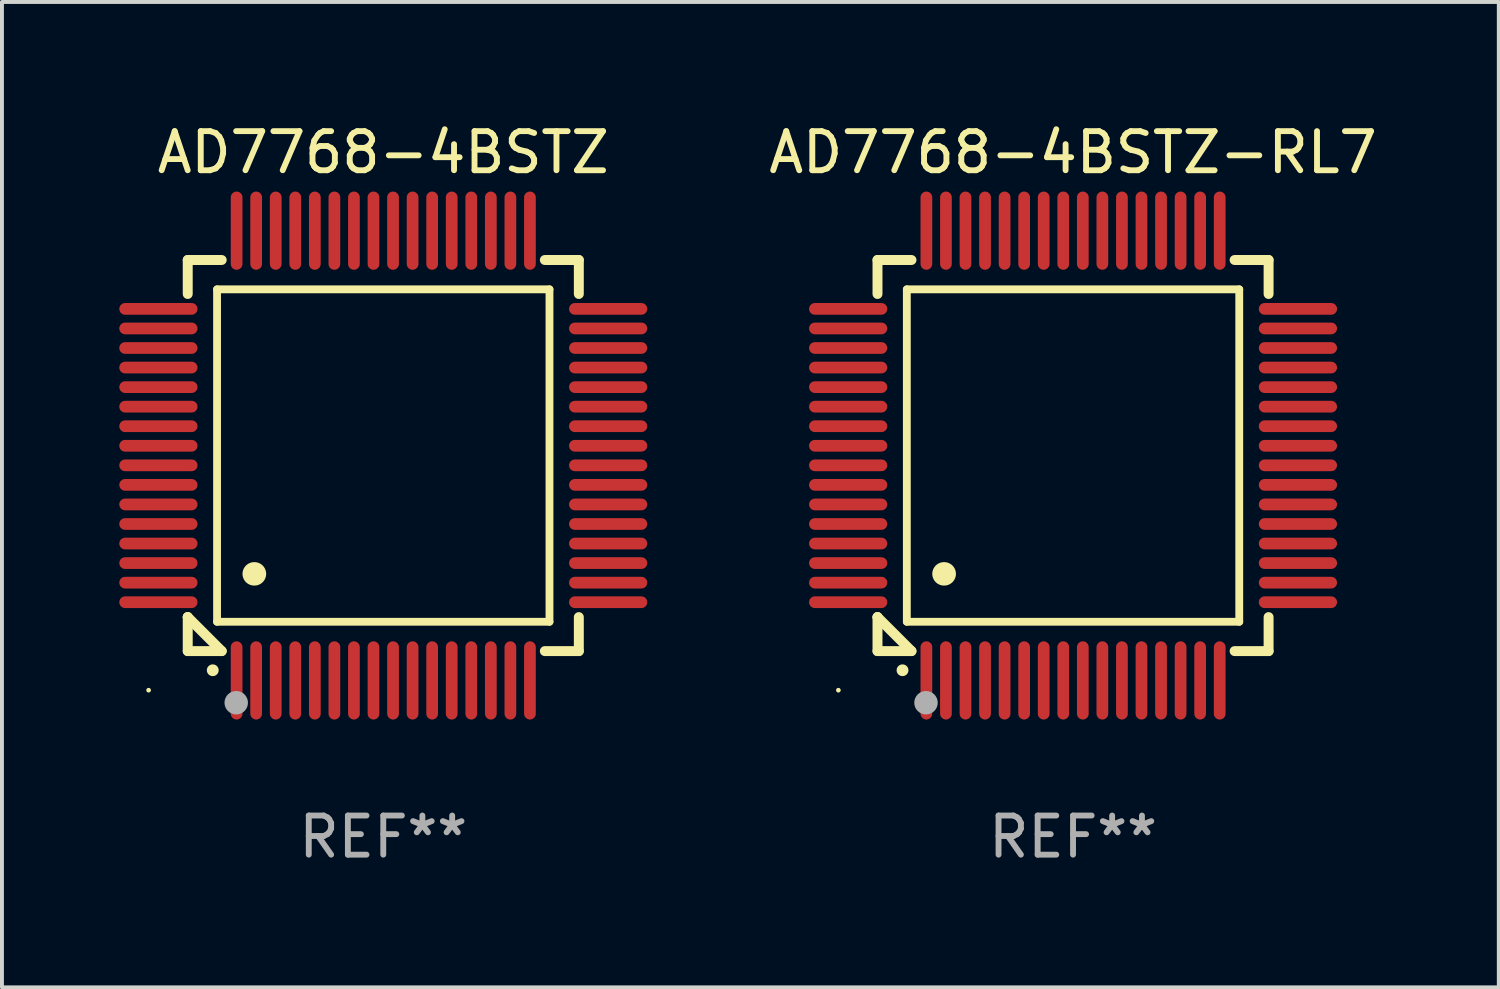
<source format=kicad_pcb>
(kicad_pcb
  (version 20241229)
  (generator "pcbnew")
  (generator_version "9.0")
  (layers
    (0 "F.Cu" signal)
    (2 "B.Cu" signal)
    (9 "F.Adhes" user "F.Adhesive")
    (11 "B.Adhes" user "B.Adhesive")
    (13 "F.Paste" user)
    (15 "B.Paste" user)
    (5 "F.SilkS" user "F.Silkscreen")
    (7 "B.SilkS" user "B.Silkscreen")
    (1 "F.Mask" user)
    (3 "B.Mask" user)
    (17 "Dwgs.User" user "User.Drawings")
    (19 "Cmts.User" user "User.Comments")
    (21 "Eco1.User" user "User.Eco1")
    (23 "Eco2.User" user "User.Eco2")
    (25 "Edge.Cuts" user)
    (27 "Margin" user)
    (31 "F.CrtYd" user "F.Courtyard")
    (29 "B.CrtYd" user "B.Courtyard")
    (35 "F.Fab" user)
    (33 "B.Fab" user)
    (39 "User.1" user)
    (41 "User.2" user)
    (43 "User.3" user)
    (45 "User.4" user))
  (footprint "AD7768-4BSTZ"
    (layer "F.Cu")
    (at 6.75 8.598)
    (property "Reference" "AD7768-4BSTZ" (at 0 -7.75 0) (layer "F.SilkS") (effects (font (size 1 1) (thickness 0.15))))
    (attr through_hole)
    (fp_line (start -5 -5) (end -4.131 -5) (stroke (width 0.254) (type solid)) (layer "F.SilkS"))
    (fp_line (start -5 -4.131) (end -5 -5) (stroke (width 0.254) (type solid)) (layer "F.SilkS"))
    (fp_line (start -5 4.131) (end -5 4.131) (stroke (width 0.254) (type solid)) (layer "F.SilkS"))
    (fp_line (start -5 5) (end -5 4.131) (stroke (width 0.254) (type solid)) (layer "F.SilkS"))
    (fp_line (start -5 4.131) (end -4.131 5) (stroke (width 0.254) (type solid)) (layer "F.SilkS"))
    (fp_line (start -4.25 -4.25) (end -4.25 4.25) (stroke (width 0.2) (type solid)) (layer "F.SilkS"))
    (fp_line (start -4.25 4.25) (end 4.25 4.25) (stroke (width 0.2) (type solid)) (layer "F.SilkS"))
    (fp_line (start -4.131 5) (end -5 5) (stroke (width 0.254) (type solid)) (layer "F.SilkS"))
    (fp_line (start 4.25 -4.25) (end -4.25 -4.25) (stroke (width 0.2) (type solid)) (layer "F.SilkS"))
    (fp_line (start 4.25 4.25) (end 4.25 -4.25) (stroke (width 0.2) (type solid)) (layer "F.SilkS"))
    (fp_line (start 5 -5) (end 4.131 -5) (stroke (width 0.254) (type solid)) (layer "F.SilkS"))
    (fp_line (start 5 -5) (end 5 -4.131) (stroke (width 0.254) (type solid)) (layer "F.SilkS"))
    (fp_line (start 5 4.131) (end 5 5) (stroke (width 0.254) (type solid)) (layer "F.SilkS"))
    (fp_line (start 5 5) (end 4.131 5) (stroke (width 0.254) (type solid)) (layer "F.SilkS"))
    (fp_arc (start -4.361265 5.489992) (mid -4.359995 5.489987) (end -4.358725 5.489992) (stroke (width 0.3) (type solid)) (layer "F.SilkS"))
    (fp_arc (start -3.299467 3.025146) (mid -3.296927 3.025135) (end -3.294387 3.025146) (stroke (width 0.6) (type solid)) (layer "F.SilkS"))
    (fp_circle (center -6 6) (end -5.97 6) (stroke (width 0.06) (type solid)) (fill no) (layer "F.SilkS"))
    (fp_circle (center -3.76 6.32) (end -3.61 6.32) (stroke (width 0.3) (type solid)) (fill no) (layer "F.Fab"))
    (fp_text user "REF**" (at 0 9.75 0) (layer "F.Fab") (effects (font (size 1 1) (thickness 0.15))))
    (pad "1" smd oval (at -3.75 5.75) (size 0.3 2) (layers "F.Cu" "F.Mask" "F.Paste"))
    (pad "2" smd oval (at -3.25 5.75) (size 0.3 2) (layers "F.Cu" "F.Mask" "F.Paste"))
    (pad "3" smd oval (at -2.75 5.75) (size 0.3 2) (layers "F.Cu" "F.Mask" "F.Paste"))
    (pad "4" smd oval (at -2.25 5.75) (size 0.3 2) (layers "F.Cu" "F.Mask" "F.Paste"))
    (pad "5" smd oval (at -1.75 5.75) (size 0.3 2) (layers "F.Cu" "F.Mask" "F.Paste"))
    (pad "6" smd oval (at -1.25 5.75) (size 0.3 2) (layers "F.Cu" "F.Mask" "F.Paste"))
    (pad "7" smd oval (at -0.75 5.75) (size 0.3 2) (layers "F.Cu" "F.Mask" "F.Paste"))
    (pad "8" smd oval (at -0.25 5.75) (size 0.3 2) (layers "F.Cu" "F.Mask" "F.Paste"))
    (pad "9" smd oval (at 0.25 5.75) (size 0.3 2) (layers "F.Cu" "F.Mask" "F.Paste"))
    (pad "10" smd oval (at 0.75 5.75) (size 0.3 2) (layers "F.Cu" "F.Mask" "F.Paste"))
    (pad "11" smd oval (at 1.25 5.75) (size 0.3 2) (layers "F.Cu" "F.Mask" "F.Paste"))
    (pad "12" smd oval (at 1.75 5.75) (size 0.3 2) (layers "F.Cu" "F.Mask" "F.Paste"))
    (pad "13" smd oval (at 2.25 5.75) (size 0.3 2) (layers "F.Cu" "F.Mask" "F.Paste"))
    (pad "14" smd oval (at 2.75 5.75) (size 0.3 2) (layers "F.Cu" "F.Mask" "F.Paste"))
    (pad "15" smd oval (at 3.25 5.75) (size 0.3 2) (layers "F.Cu" "F.Mask" "F.Paste"))
    (pad "16" smd oval (at 3.75 5.75) (size 0.3 2) (layers "F.Cu" "F.Mask" "F.Paste"))
    (pad "17" smd oval (at 5.75 3.75) (size 2 0.3) (layers "F.Cu" "F.Mask" "F.Paste"))
    (pad "18" smd oval (at 5.75 3.25) (size 2 0.3) (layers "F.Cu" "F.Mask" "F.Paste"))
    (pad "19" smd oval (at 5.75 2.75) (size 2 0.3) (layers "F.Cu" "F.Mask" "F.Paste"))
    (pad "20" smd oval (at 5.75 2.25) (size 2 0.3) (layers "F.Cu" "F.Mask" "F.Paste"))
    (pad "21" smd oval (at 5.75 1.75) (size 2 0.3) (layers "F.Cu" "F.Mask" "F.Paste"))
    (pad "22" smd oval (at 5.75 1.25) (size 2 0.3) (layers "F.Cu" "F.Mask" "F.Paste"))
    (pad "23" smd oval (at 5.75 0.75) (size 2 0.3) (layers "F.Cu" "F.Mask" "F.Paste"))
    (pad "24" smd oval (at 5.75 0.25) (size 2 0.3) (layers "F.Cu" "F.Mask" "F.Paste"))
    (pad "25" smd oval (at 5.75 -0.25) (size 2 0.3) (layers "F.Cu" "F.Mask" "F.Paste"))
    (pad "26" smd oval (at 5.75 -0.75) (size 2 0.3) (layers "F.Cu" "F.Mask" "F.Paste"))
    (pad "27" smd oval (at 5.75 -1.25) (size 2 0.3) (layers "F.Cu" "F.Mask" "F.Paste"))
    (pad "28" smd oval (at 5.75 -1.75) (size 2 0.3) (layers "F.Cu" "F.Mask" "F.Paste"))
    (pad "29" smd oval (at 5.75 -2.25) (size 2 0.3) (layers "F.Cu" "F.Mask" "F.Paste"))
    (pad "30" smd oval (at 5.75 -2.75) (size 2 0.3) (layers "F.Cu" "F.Mask" "F.Paste"))
    (pad "31" smd oval (at 5.75 -3.25) (size 2 0.3) (layers "F.Cu" "F.Mask" "F.Paste"))
    (pad "32" smd oval (at 5.75 -3.75) (size 2 0.3) (layers "F.Cu" "F.Mask" "F.Paste"))
    (pad "33" smd oval (at 3.75 -5.75) (size 0.3 2) (layers "F.Cu" "F.Mask" "F.Paste"))
    (pad "34" smd oval (at 3.25 -5.75) (size 0.3 2) (layers "F.Cu" "F.Mask" "F.Paste"))
    (pad "35" smd oval (at 2.75 -5.75) (size 0.3 2) (layers "F.Cu" "F.Mask" "F.Paste"))
    (pad "36" smd oval (at 2.25 -5.75) (size 0.3 2) (layers "F.Cu" "F.Mask" "F.Paste"))
    (pad "37" smd oval (at 1.75 -5.75) (size 0.3 2) (layers "F.Cu" "F.Mask" "F.Paste"))
    (pad "38" smd oval (at 1.25 -5.75) (size 0.3 2) (layers "F.Cu" "F.Mask" "F.Paste"))
    (pad "39" smd oval (at 0.75 -5.75) (size 0.3 2) (layers "F.Cu" "F.Mask" "F.Paste"))
    (pad "40" smd oval (at 0.25 -5.75) (size 0.3 2) (layers "F.Cu" "F.Mask" "F.Paste"))
    (pad "41" smd oval (at -0.25 -5.75) (size 0.3 2) (layers "F.Cu" "F.Mask" "F.Paste"))
    (pad "42" smd oval (at -0.75 -5.75) (size 0.3 2) (layers "F.Cu" "F.Mask" "F.Paste"))
    (pad "43" smd oval (at -1.25 -5.75) (size 0.3 2) (layers "F.Cu" "F.Mask" "F.Paste"))
    (pad "44" smd oval (at -1.75 -5.75) (size 0.3 2) (layers "F.Cu" "F.Mask" "F.Paste"))
    (pad "45" smd oval (at -2.25 -5.75) (size 0.3 2) (layers "F.Cu" "F.Mask" "F.Paste"))
    (pad "46" smd oval (at -2.75 -5.75) (size 0.3 2) (layers "F.Cu" "F.Mask" "F.Paste"))
    (pad "47" smd oval (at -3.25 -5.75) (size 0.3 2) (layers "F.Cu" "F.Mask" "F.Paste"))
    (pad "48" smd oval (at -3.75 -5.75) (size 0.3 2) (layers "F.Cu" "F.Mask" "F.Paste"))
    (pad "49" smd oval (at -5.75 -3.75) (size 2 0.3) (layers "F.Cu" "F.Mask" "F.Paste"))
    (pad "50" smd oval (at -5.75 -3.25) (size 2 0.3) (layers "F.Cu" "F.Mask" "F.Paste"))
    (pad "51" smd oval (at -5.75 -2.75) (size 2 0.3) (layers "F.Cu" "F.Mask" "F.Paste"))
    (pad "52" smd oval (at -5.75 -2.25) (size 2 0.3) (layers "F.Cu" "F.Mask" "F.Paste"))
    (pad "53" smd oval (at -5.75 -1.75) (size 2 0.3) (layers "F.Cu" "F.Mask" "F.Paste"))
    (pad "54" smd oval (at -5.75 -1.25) (size 2 0.3) (layers "F.Cu" "F.Mask" "F.Paste"))
    (pad "55" smd oval (at -5.75 -0.75) (size 2 0.3) (layers "F.Cu" "F.Mask" "F.Paste"))
    (pad "56" smd oval (at -5.75 -0.25) (size 2 0.3) (layers "F.Cu" "F.Mask" "F.Paste"))
    (pad "57" smd oval (at -5.75 0.25) (size 2 0.3) (layers "F.Cu" "F.Mask" "F.Paste"))
    (pad "58" smd oval (at -5.75 0.75) (size 2 0.3) (layers "F.Cu" "F.Mask" "F.Paste"))
    (pad "59" smd oval (at -5.75 1.25) (size 2 0.3) (layers "F.Cu" "F.Mask" "F.Paste"))
    (pad "60" smd oval (at -5.75 1.75) (size 2 0.3) (layers "F.Cu" "F.Mask" "F.Paste"))
    (pad "61" smd oval (at -5.75 2.25) (size 2 0.3) (layers "F.Cu" "F.Mask" "F.Paste"))
    (pad "62" smd oval (at -5.75 2.75) (size 2 0.3) (layers "F.Cu" "F.Mask" "F.Paste"))
    (pad "63" smd oval (at -5.75 3.25) (size 2 0.3) (layers "F.Cu" "F.Mask" "F.Paste"))
    (pad "64" smd oval (at -5.75 3.75) (size 2 0.3) (layers "F.Cu" "F.Mask" "F.Paste")))
  (footprint "AD7768-4BSTZ-RL7"
    (layer "F.Cu")
    (at 24.387 8.598)
    (property "Reference" "AD7768-4BSTZ-RL7" (at 0 -7.75 0) (layer "F.SilkS") (effects (font (size 1 1) (thickness 0.15))))
    (attr through_hole)
    (fp_line (start -5 -5) (end -4.131 -5) (stroke (width 0.254) (type solid)) (layer "F.SilkS"))
    (fp_line (start -5 -4.131) (end -5 -5) (stroke (width 0.254) (type solid)) (layer "F.SilkS"))
    (fp_line (start -5 4.131) (end -5 4.131) (stroke (width 0.254) (type solid)) (layer "F.SilkS"))
    (fp_line (start -5 5) (end -5 4.131) (stroke (width 0.254) (type solid)) (layer "F.SilkS"))
    (fp_line (start -5 4.131) (end -4.131 5) (stroke (width 0.254) (type solid)) (layer "F.SilkS"))
    (fp_line (start -4.25 -4.25) (end -4.25 4.25) (stroke (width 0.2) (type solid)) (layer "F.SilkS"))
    (fp_line (start -4.25 4.25) (end 4.25 4.25) (stroke (width 0.2) (type solid)) (layer "F.SilkS"))
    (fp_line (start -4.131 5) (end -5 5) (stroke (width 0.254) (type solid)) (layer "F.SilkS"))
    (fp_line (start 4.25 -4.25) (end -4.25 -4.25) (stroke (width 0.2) (type solid)) (layer "F.SilkS"))
    (fp_line (start 4.25 4.25) (end 4.25 -4.25) (stroke (width 0.2) (type solid)) (layer "F.SilkS"))
    (fp_line (start 5 -5) (end 4.131 -5) (stroke (width 0.254) (type solid)) (layer "F.SilkS"))
    (fp_line (start 5 -5) (end 5 -4.131) (stroke (width 0.254) (type solid)) (layer "F.SilkS"))
    (fp_line (start 5 4.131) (end 5 5) (stroke (width 0.254) (type solid)) (layer "F.SilkS"))
    (fp_line (start 5 5) (end 4.131 5) (stroke (width 0.254) (type solid)) (layer "F.SilkS"))
    (fp_arc (start -4.361265 5.489992) (mid -4.359995 5.489987) (end -4.358725 5.489992) (stroke (width 0.3) (type solid)) (layer "F.SilkS"))
    (fp_arc (start -3.299467 3.025146) (mid -3.296927 3.025135) (end -3.294387 3.025146) (stroke (width 0.6) (type solid)) (layer "F.SilkS"))
    (fp_circle (center -6 6) (end -5.97 6) (stroke (width 0.06) (type solid)) (fill no) (layer "F.SilkS"))
    (fp_circle (center -3.76 6.32) (end -3.61 6.32) (stroke (width 0.3) (type solid)) (fill no) (layer "F.Fab"))
    (fp_text user "REF**" (at 0 9.75 0) (layer "F.Fab") (effects (font (size 1 1) (thickness 0.15))))
    (pad "1" smd oval (at -3.75 5.75) (size 0.3 2) (layers "F.Cu" "F.Mask" "F.Paste"))
    (pad "2" smd oval (at -3.25 5.75) (size 0.3 2) (layers "F.Cu" "F.Mask" "F.Paste"))
    (pad "3" smd oval (at -2.75 5.75) (size 0.3 2) (layers "F.Cu" "F.Mask" "F.Paste"))
    (pad "4" smd oval (at -2.25 5.75) (size 0.3 2) (layers "F.Cu" "F.Mask" "F.Paste"))
    (pad "5" smd oval (at -1.75 5.75) (size 0.3 2) (layers "F.Cu" "F.Mask" "F.Paste"))
    (pad "6" smd oval (at -1.25 5.75) (size 0.3 2) (layers "F.Cu" "F.Mask" "F.Paste"))
    (pad "7" smd oval (at -0.75 5.75) (size 0.3 2) (layers "F.Cu" "F.Mask" "F.Paste"))
    (pad "8" smd oval (at -0.25 5.75) (size 0.3 2) (layers "F.Cu" "F.Mask" "F.Paste"))
    (pad "9" smd oval (at 0.25 5.75) (size 0.3 2) (layers "F.Cu" "F.Mask" "F.Paste"))
    (pad "10" smd oval (at 0.75 5.75) (size 0.3 2) (layers "F.Cu" "F.Mask" "F.Paste"))
    (pad "11" smd oval (at 1.25 5.75) (size 0.3 2) (layers "F.Cu" "F.Mask" "F.Paste"))
    (pad "12" smd oval (at 1.75 5.75) (size 0.3 2) (layers "F.Cu" "F.Mask" "F.Paste"))
    (pad "13" smd oval (at 2.25 5.75) (size 0.3 2) (layers "F.Cu" "F.Mask" "F.Paste"))
    (pad "14" smd oval (at 2.75 5.75) (size 0.3 2) (layers "F.Cu" "F.Mask" "F.Paste"))
    (pad "15" smd oval (at 3.25 5.75) (size 0.3 2) (layers "F.Cu" "F.Mask" "F.Paste"))
    (pad "16" smd oval (at 3.75 5.75) (size 0.3 2) (layers "F.Cu" "F.Mask" "F.Paste"))
    (pad "17" smd oval (at 5.75 3.75) (size 2 0.3) (layers "F.Cu" "F.Mask" "F.Paste"))
    (pad "18" smd oval (at 5.75 3.25) (size 2 0.3) (layers "F.Cu" "F.Mask" "F.Paste"))
    (pad "19" smd oval (at 5.75 2.75) (size 2 0.3) (layers "F.Cu" "F.Mask" "F.Paste"))
    (pad "20" smd oval (at 5.75 2.25) (size 2 0.3) (layers "F.Cu" "F.Mask" "F.Paste"))
    (pad "21" smd oval (at 5.75 1.75) (size 2 0.3) (layers "F.Cu" "F.Mask" "F.Paste"))
    (pad "22" smd oval (at 5.75 1.25) (size 2 0.3) (layers "F.Cu" "F.Mask" "F.Paste"))
    (pad "23" smd oval (at 5.75 0.75) (size 2 0.3) (layers "F.Cu" "F.Mask" "F.Paste"))
    (pad "24" smd oval (at 5.75 0.25) (size 2 0.3) (layers "F.Cu" "F.Mask" "F.Paste"))
    (pad "25" smd oval (at 5.75 -0.25) (size 2 0.3) (layers "F.Cu" "F.Mask" "F.Paste"))
    (pad "26" smd oval (at 5.75 -0.75) (size 2 0.3) (layers "F.Cu" "F.Mask" "F.Paste"))
    (pad "27" smd oval (at 5.75 -1.25) (size 2 0.3) (layers "F.Cu" "F.Mask" "F.Paste"))
    (pad "28" smd oval (at 5.75 -1.75) (size 2 0.3) (layers "F.Cu" "F.Mask" "F.Paste"))
    (pad "29" smd oval (at 5.75 -2.25) (size 2 0.3) (layers "F.Cu" "F.Mask" "F.Paste"))
    (pad "30" smd oval (at 5.75 -2.75) (size 2 0.3) (layers "F.Cu" "F.Mask" "F.Paste"))
    (pad "31" smd oval (at 5.75 -3.25) (size 2 0.3) (layers "F.Cu" "F.Mask" "F.Paste"))
    (pad "32" smd oval (at 5.75 -3.75) (size 2 0.3) (layers "F.Cu" "F.Mask" "F.Paste"))
    (pad "33" smd oval (at 3.75 -5.75) (size 0.3 2) (layers "F.Cu" "F.Mask" "F.Paste"))
    (pad "34" smd oval (at 3.25 -5.75) (size 0.3 2) (layers "F.Cu" "F.Mask" "F.Paste"))
    (pad "35" smd oval (at 2.75 -5.75) (size 0.3 2) (layers "F.Cu" "F.Mask" "F.Paste"))
    (pad "36" smd oval (at 2.25 -5.75) (size 0.3 2) (layers "F.Cu" "F.Mask" "F.Paste"))
    (pad "37" smd oval (at 1.75 -5.75) (size 0.3 2) (layers "F.Cu" "F.Mask" "F.Paste"))
    (pad "38" smd oval (at 1.25 -5.75) (size 0.3 2) (layers "F.Cu" "F.Mask" "F.Paste"))
    (pad "39" smd oval (at 0.75 -5.75) (size 0.3 2) (layers "F.Cu" "F.Mask" "F.Paste"))
    (pad "40" smd oval (at 0.25 -5.75) (size 0.3 2) (layers "F.Cu" "F.Mask" "F.Paste"))
    (pad "41" smd oval (at -0.25 -5.75) (size 0.3 2) (layers "F.Cu" "F.Mask" "F.Paste"))
    (pad "42" smd oval (at -0.75 -5.75) (size 0.3 2) (layers "F.Cu" "F.Mask" "F.Paste"))
    (pad "43" smd oval (at -1.25 -5.75) (size 0.3 2) (layers "F.Cu" "F.Mask" "F.Paste"))
    (pad "44" smd oval (at -1.75 -5.75) (size 0.3 2) (layers "F.Cu" "F.Mask" "F.Paste"))
    (pad "45" smd oval (at -2.25 -5.75) (size 0.3 2) (layers "F.Cu" "F.Mask" "F.Paste"))
    (pad "46" smd oval (at -2.75 -5.75) (size 0.3 2) (layers "F.Cu" "F.Mask" "F.Paste"))
    (pad "47" smd oval (at -3.25 -5.75) (size 0.3 2) (layers "F.Cu" "F.Mask" "F.Paste"))
    (pad "48" smd oval (at -3.75 -5.75) (size 0.3 2) (layers "F.Cu" "F.Mask" "F.Paste"))
    (pad "49" smd oval (at -5.75 -3.75) (size 2 0.3) (layers "F.Cu" "F.Mask" "F.Paste"))
    (pad "50" smd oval (at -5.75 -3.25) (size 2 0.3) (layers "F.Cu" "F.Mask" "F.Paste"))
    (pad "51" smd oval (at -5.75 -2.75) (size 2 0.3) (layers "F.Cu" "F.Mask" "F.Paste"))
    (pad "52" smd oval (at -5.75 -2.25) (size 2 0.3) (layers "F.Cu" "F.Mask" "F.Paste"))
    (pad "53" smd oval (at -5.75 -1.75) (size 2 0.3) (layers "F.Cu" "F.Mask" "F.Paste"))
    (pad "54" smd oval (at -5.75 -1.25) (size 2 0.3) (layers "F.Cu" "F.Mask" "F.Paste"))
    (pad "55" smd oval (at -5.75 -0.75) (size 2 0.3) (layers "F.Cu" "F.Mask" "F.Paste"))
    (pad "56" smd oval (at -5.75 -0.25) (size 2 0.3) (layers "F.Cu" "F.Mask" "F.Paste"))
    (pad "57" smd oval (at -5.75 0.25) (size 2 0.3) (layers "F.Cu" "F.Mask" "F.Paste"))
    (pad "58" smd oval (at -5.75 0.75) (size 2 0.3) (layers "F.Cu" "F.Mask" "F.Paste"))
    (pad "59" smd oval (at -5.75 1.25) (size 2 0.3) (layers "F.Cu" "F.Mask" "F.Paste"))
    (pad "60" smd oval (at -5.75 1.75) (size 2 0.3) (layers "F.Cu" "F.Mask" "F.Paste"))
    (pad "61" smd oval (at -5.75 2.25) (size 2 0.3) (layers "F.Cu" "F.Mask" "F.Paste"))
    (pad "62" smd oval (at -5.75 2.75) (size 2 0.3) (layers "F.Cu" "F.Mask" "F.Paste"))
    (pad "63" smd oval (at -5.75 3.25) (size 2 0.3) (layers "F.Cu" "F.Mask" "F.Paste"))
    (pad "64" smd oval (at -5.75 3.75) (size 2 0.3) (layers "F.Cu" "F.Mask" "F.Paste")))
  (gr_rect
    (start -3 -3)
    (end 35.273 22.196)
    (stroke (width 0.1) (type default))
    (fill no)
    (layer "Edge.Cuts")))
</source>
